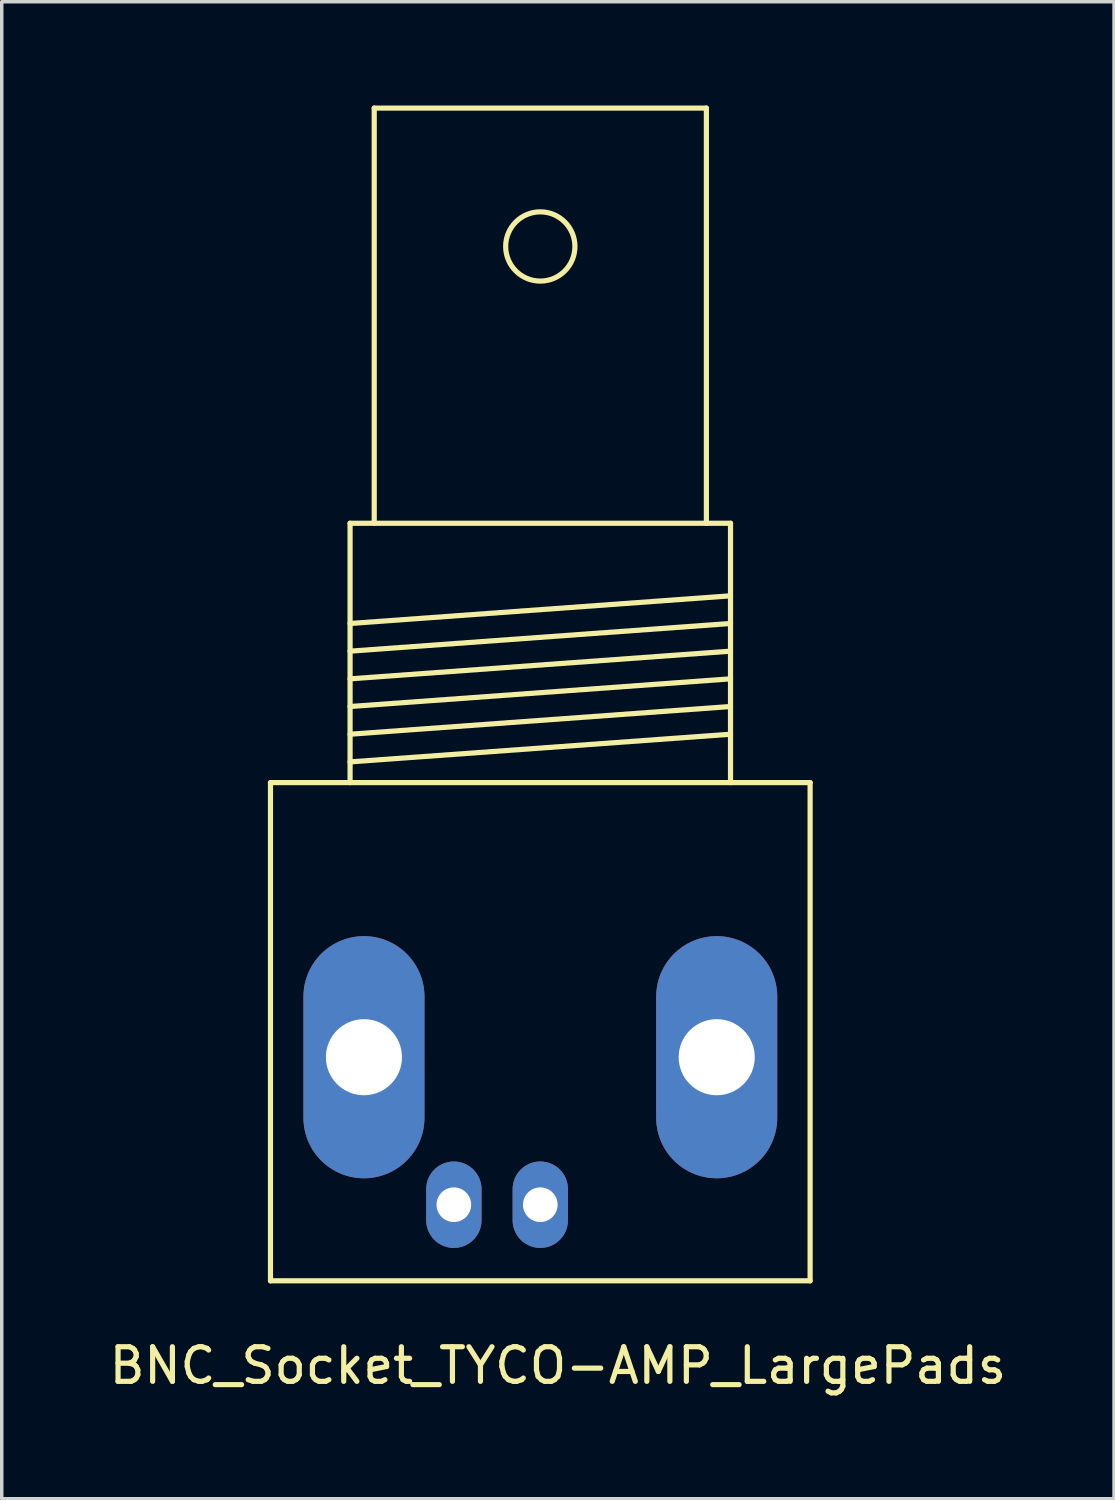
<source format=kicad_pcb>
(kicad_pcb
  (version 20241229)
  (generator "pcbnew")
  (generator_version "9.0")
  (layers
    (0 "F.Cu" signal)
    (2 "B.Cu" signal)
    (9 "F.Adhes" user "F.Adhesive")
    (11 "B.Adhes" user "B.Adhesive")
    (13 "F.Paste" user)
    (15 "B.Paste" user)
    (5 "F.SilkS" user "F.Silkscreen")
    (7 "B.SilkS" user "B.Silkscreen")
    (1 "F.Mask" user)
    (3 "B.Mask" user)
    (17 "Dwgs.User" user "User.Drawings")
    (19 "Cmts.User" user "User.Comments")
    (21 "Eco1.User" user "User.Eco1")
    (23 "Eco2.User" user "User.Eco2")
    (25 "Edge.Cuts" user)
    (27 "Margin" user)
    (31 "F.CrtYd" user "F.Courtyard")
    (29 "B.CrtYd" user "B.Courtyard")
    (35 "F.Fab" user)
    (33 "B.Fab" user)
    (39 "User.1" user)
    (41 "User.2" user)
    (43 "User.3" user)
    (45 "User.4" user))
  (footprint "BNC_Socket_TYCO-AMP_LargePads"
    (layer "F.Cu")
    (at 12.569 26.775)
    (property "Reference" "BNC_Socket_TYCO-AMP_LargePads" (at 0.508 9.652 0) (layer "F.SilkS") (effects (font (size 1 1) (thickness 0.15))))
    (attr through_hole)
    (fp_line (start -7.8 -7.201) (end -7.8 7.201) (stroke (width 0.15) (type solid)) (layer "F.SilkS"))
    (fp_line (start -7.8 7.201) (end 7.8 7.201) (stroke (width 0.15) (type solid)) (layer "F.SilkS"))
    (fp_line (start -5.499 -14.699) (end -5.499 -7.201) (stroke (width 0.15) (type solid)) (layer "F.SilkS"))
    (fp_line (start -5.499 -11.801) (end 5.499 -12.601) (stroke (width 0.15) (type solid)) (layer "F.SilkS"))
    (fp_line (start -5.499 -11.001) (end 5.499 -11.801) (stroke (width 0.15) (type solid)) (layer "F.SilkS"))
    (fp_line (start -5.499 -10.201) (end 5.499 -11.001) (stroke (width 0.15) (type solid)) (layer "F.SilkS"))
    (fp_line (start -5.499 -9.401) (end 5.499 -10.201) (stroke (width 0.15) (type solid)) (layer "F.SilkS"))
    (fp_line (start -5.499 -8.6) (end 5.499 -9.401) (stroke (width 0.15) (type solid)) (layer "F.SilkS"))
    (fp_line (start -5.499 -7.8) (end 5.499 -8.6) (stroke (width 0.15) (type solid)) (layer "F.SilkS"))
    (fp_line (start -4.801 -26.7) (end -4.801 -14.699) (stroke (width 0.15) (type solid)) (layer "F.SilkS"))
    (fp_line (start 4.801 -26.7) (end -4.801 -26.7) (stroke (width 0.15) (type solid)) (layer "F.SilkS"))
    (fp_line (start 4.801 -14.699) (end 4.801 -26.7) (stroke (width 0.15) (type solid)) (layer "F.SilkS"))
    (fp_line (start 5.499 -14.699) (end -5.499 -14.699) (stroke (width 0.15) (type solid)) (layer "F.SilkS"))
    (fp_line (start 5.499 -7.201) (end 5.499 -14.699) (stroke (width 0.15) (type solid)) (layer "F.SilkS"))
    (fp_line (start 7.8 -7.201) (end -7.8 -7.201) (stroke (width 0.15) (type solid)) (layer "F.SilkS"))
    (fp_line (start 7.8 7.201) (end 7.8 -7.201) (stroke (width 0.15) (type solid)) (layer "F.SilkS"))
    (fp_circle (center 0 -22.7) (end 1.001 -22.7) (stroke (width 0.15) (type solid)) (fill no) (layer "F.SilkS"))
    (pad "1" thru_hole oval (at 0 5.001) (size 1.6 2.499) (drill 1.001) (layers "*.Cu" "*.Mask"))
    (pad "2" thru_hole oval (at -5.098 0.737) (size 3.5 7) (drill 2.2) (layers "*.Cu" "*.Mask"))
    (pad "2" thru_hole oval (at -2.499 5.001) (size 1.6 2.499) (drill 1.001) (layers "*.Cu" "*.Mask"))
    (pad "2" thru_hole oval (at 5.1 0.737) (size 3.5 7) (drill 2.2) (layers "*.Cu" "*.Mask")))
  (gr_rect
    (start -3 -3)
    (end 29.155 40.276)
    (stroke (width 0.1) (type default))
    (fill no)
    (layer "Edge.Cuts")))
</source>
